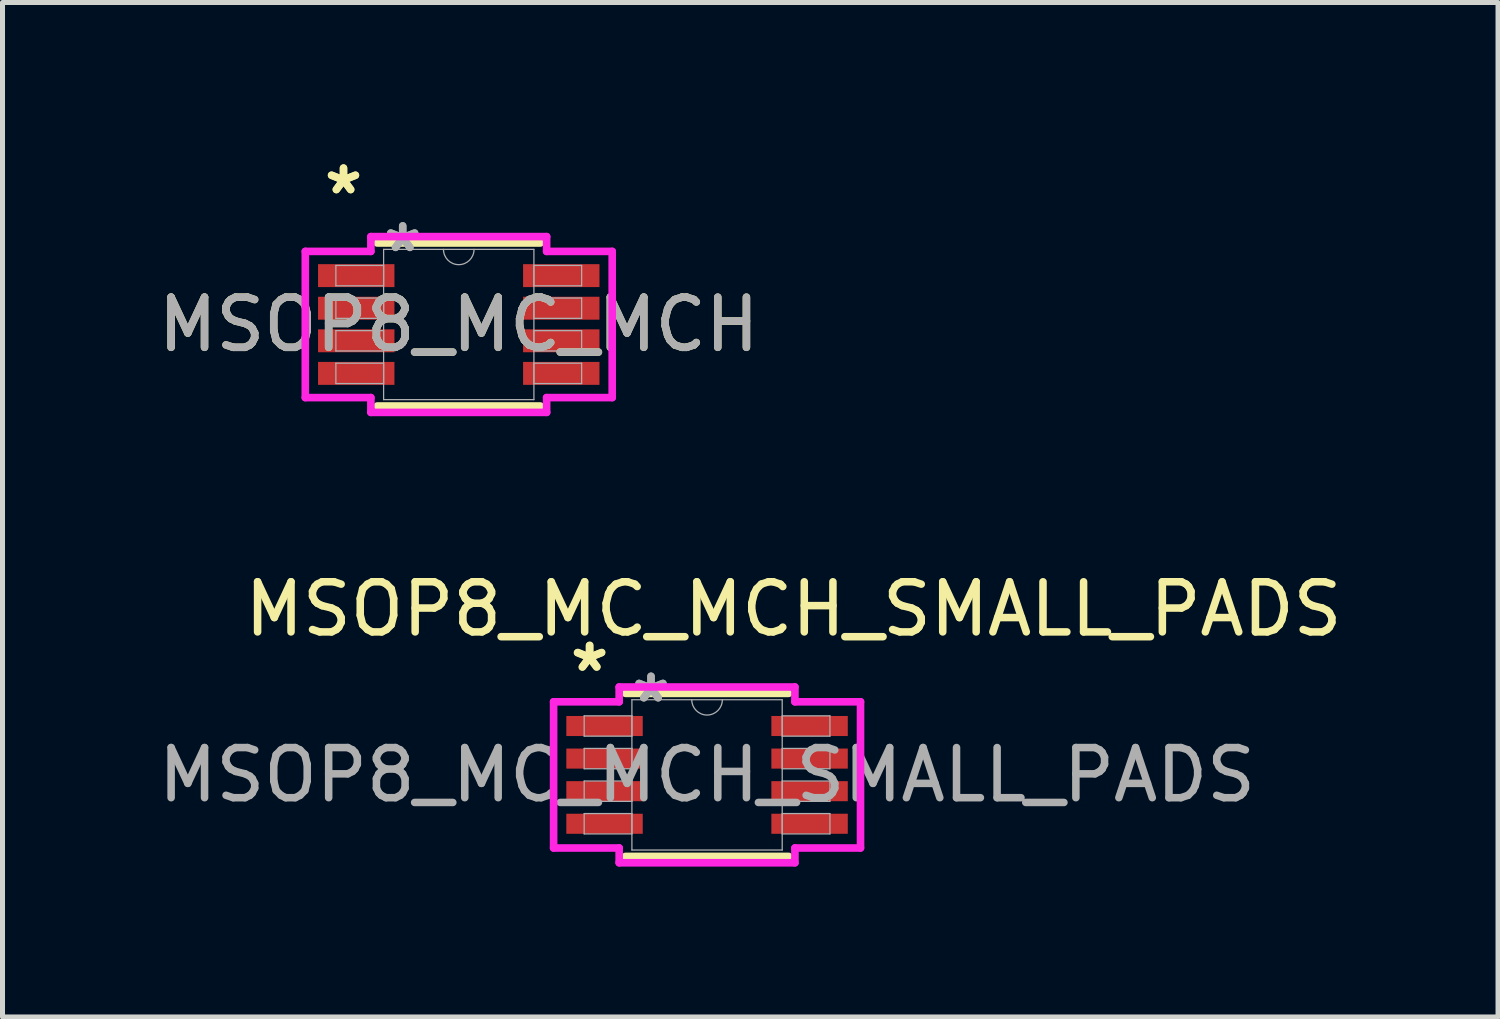
<source format=kicad_pcb>
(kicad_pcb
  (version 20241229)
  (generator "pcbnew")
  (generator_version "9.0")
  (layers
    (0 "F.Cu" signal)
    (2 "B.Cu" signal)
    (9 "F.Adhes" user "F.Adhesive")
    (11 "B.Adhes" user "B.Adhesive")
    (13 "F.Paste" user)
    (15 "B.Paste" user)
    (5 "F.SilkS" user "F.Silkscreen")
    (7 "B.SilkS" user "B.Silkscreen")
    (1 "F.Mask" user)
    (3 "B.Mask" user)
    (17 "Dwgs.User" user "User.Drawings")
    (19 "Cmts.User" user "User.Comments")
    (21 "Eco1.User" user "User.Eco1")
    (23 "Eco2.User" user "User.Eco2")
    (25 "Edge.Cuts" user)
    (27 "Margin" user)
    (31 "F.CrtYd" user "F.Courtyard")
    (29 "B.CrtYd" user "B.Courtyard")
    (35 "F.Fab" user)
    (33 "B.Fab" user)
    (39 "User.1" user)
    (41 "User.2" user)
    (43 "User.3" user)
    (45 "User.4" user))
  (footprint "MSOP8_MC_MCH"
    (layer "F.Cu")
    (at 6.101 3.423)
    (property "Reference" "MSOP8_MC_MCH" (at 0 0 0) (unlocked yes) (layer "F.SilkS") (effects (font (size 1 1) (thickness 0.15))))
    (attr smd)
    (fp_line (start -1.626 1.626) (end 1.626 1.626) (stroke (width 0.152) (type solid)) (layer "F.SilkS"))
    (fp_line (start 1.626 -1.626) (end -1.626 -1.626) (stroke (width 0.152) (type solid)) (layer "F.SilkS"))
    (fp_line (start -3.061 -1.458) (end -1.753 -1.458) (stroke (width 0.152) (type solid)) (layer "F.CrtYd"))
    (fp_line (start -3.061 1.458) (end -3.061 -1.458) (stroke (width 0.152) (type solid)) (layer "F.CrtYd"))
    (fp_line (start -3.061 1.458) (end -1.753 1.458) (stroke (width 0.152) (type solid)) (layer "F.CrtYd"))
    (fp_line (start -1.753 -1.753) (end 1.753 -1.753) (stroke (width 0.152) (type solid)) (layer "F.CrtYd"))
    (fp_line (start -1.753 -1.458) (end -1.753 -1.753) (stroke (width 0.152) (type solid)) (layer "F.CrtYd"))
    (fp_line (start -1.753 1.753) (end -1.753 1.458) (stroke (width 0.152) (type solid)) (layer "F.CrtYd"))
    (fp_line (start 1.753 -1.753) (end 1.753 -1.458) (stroke (width 0.152) (type solid)) (layer "F.CrtYd"))
    (fp_line (start 1.753 1.458) (end 1.753 1.753) (stroke (width 0.152) (type solid)) (layer "F.CrtYd"))
    (fp_line (start 1.753 1.753) (end -1.753 1.753) (stroke (width 0.152) (type solid)) (layer "F.CrtYd"))
    (fp_line (start 3.061 -1.458) (end 1.753 -1.458) (stroke (width 0.152) (type solid)) (layer "F.CrtYd"))
    (fp_line (start 3.061 -1.458) (end 3.061 1.458) (stroke (width 0.152) (type solid)) (layer "F.CrtYd"))
    (fp_line (start 3.061 1.458) (end 1.753 1.458) (stroke (width 0.152) (type solid)) (layer "F.CrtYd"))
    (fp_line (start -2.451 -1.178) (end -2.451 -0.772) (stroke (width 0.025) (type solid)) (layer "F.Fab"))
    (fp_line (start -2.451 -0.772) (end -1.499 -0.772) (stroke (width 0.025) (type solid)) (layer "F.Fab"))
    (fp_line (start -2.451 -0.528) (end -2.451 -0.122) (stroke (width 0.025) (type solid)) (layer "F.Fab"))
    (fp_line (start -2.451 -0.122) (end -1.499 -0.122) (stroke (width 0.025) (type solid)) (layer "F.Fab"))
    (fp_line (start -2.451 0.122) (end -2.451 0.528) (stroke (width 0.025) (type solid)) (layer "F.Fab"))
    (fp_line (start -2.451 0.528) (end -1.499 0.528) (stroke (width 0.025) (type solid)) (layer "F.Fab"))
    (fp_line (start -2.451 0.772) (end -2.451 1.178) (stroke (width 0.025) (type solid)) (layer "F.Fab"))
    (fp_line (start -2.451 1.178) (end -1.499 1.178) (stroke (width 0.025) (type solid)) (layer "F.Fab"))
    (fp_line (start -1.499 -1.499) (end -1.499 1.499) (stroke (width 0.025) (type solid)) (layer "F.Fab"))
    (fp_line (start -1.499 -1.178) (end -2.451 -1.178) (stroke (width 0.025) (type solid)) (layer "F.Fab"))
    (fp_line (start -1.499 -0.772) (end -1.499 -1.178) (stroke (width 0.025) (type solid)) (layer "F.Fab"))
    (fp_line (start -1.499 -0.528) (end -2.451 -0.528) (stroke (width 0.025) (type solid)) (layer "F.Fab"))
    (fp_line (start -1.499 -0.122) (end -1.499 -0.528) (stroke (width 0.025) (type solid)) (layer "F.Fab"))
    (fp_line (start -1.499 0.122) (end -2.451 0.122) (stroke (width 0.025) (type solid)) (layer "F.Fab"))
    (fp_line (start -1.499 0.528) (end -1.499 0.122) (stroke (width 0.025) (type solid)) (layer "F.Fab"))
    (fp_line (start -1.499 0.772) (end -2.451 0.772) (stroke (width 0.025) (type solid)) (layer "F.Fab"))
    (fp_line (start -1.499 1.178) (end -1.499 0.772) (stroke (width 0.025) (type solid)) (layer "F.Fab"))
    (fp_line (start -1.499 1.499) (end 1.499 1.499) (stroke (width 0.025) (type solid)) (layer "F.Fab"))
    (fp_line (start 1.499 -1.499) (end -1.499 -1.499) (stroke (width 0.025) (type solid)) (layer "F.Fab"))
    (fp_line (start 1.499 -1.178) (end 1.499 -0.772) (stroke (width 0.025) (type solid)) (layer "F.Fab"))
    (fp_line (start 1.499 -0.772) (end 2.451 -0.772) (stroke (width 0.025) (type solid)) (layer "F.Fab"))
    (fp_line (start 1.499 -0.528) (end 1.499 -0.122) (stroke (width 0.025) (type solid)) (layer "F.Fab"))
    (fp_line (start 1.499 -0.122) (end 2.451 -0.122) (stroke (width 0.025) (type solid)) (layer "F.Fab"))
    (fp_line (start 1.499 0.122) (end 1.499 0.528) (stroke (width 0.025) (type solid)) (layer "F.Fab"))
    (fp_line (start 1.499 0.528) (end 2.451 0.528) (stroke (width 0.025) (type solid)) (layer "F.Fab"))
    (fp_line (start 1.499 0.772) (end 1.499 1.178) (stroke (width 0.025) (type solid)) (layer "F.Fab"))
    (fp_line (start 1.499 1.178) (end 2.451 1.178) (stroke (width 0.025) (type solid)) (layer "F.Fab"))
    (fp_line (start 1.499 1.499) (end 1.499 -1.499) (stroke (width 0.025) (type solid)) (layer "F.Fab"))
    (fp_line (start 2.451 -1.178) (end 1.499 -1.178) (stroke (width 0.025) (type solid)) (layer "F.Fab"))
    (fp_line (start 2.451 -0.772) (end 2.451 -1.178) (stroke (width 0.025) (type solid)) (layer "F.Fab"))
    (fp_line (start 2.451 -0.528) (end 1.499 -0.528) (stroke (width 0.025) (type solid)) (layer "F.Fab"))
    (fp_line (start 2.451 -0.122) (end 2.451 -0.528) (stroke (width 0.025) (type solid)) (layer "F.Fab"))
    (fp_line (start 2.451 0.122) (end 1.499 0.122) (stroke (width 0.025) (type solid)) (layer "F.Fab"))
    (fp_line (start 2.451 0.528) (end 2.451 0.122) (stroke (width 0.025) (type solid)) (layer "F.Fab"))
    (fp_line (start 2.451 0.772) (end 1.499 0.772) (stroke (width 0.025) (type solid)) (layer "F.Fab"))
    (fp_line (start 2.451 1.178) (end 2.451 0.772) (stroke (width 0.025) (type solid)) (layer "F.Fab"))
    (fp_arc (start 0.3048 -1.4986) (mid 0 -1.1938) (end -0.3048 -1.4986) (stroke (width 0.0254) (type solid)) (layer "F.Fab"))
    (fp_text user "*" (at -2.299 -2.575 0) (layer "F.SilkS") (effects (font (size 1 1) (thickness 0.15))))
    (fp_text user "*" (at -2.299 -2.575 0) (unlocked yes) (layer "F.SilkS") (effects (font (size 1 1) (thickness 0.15))))
    (fp_text user "${REFERENCE}" (at 0 0 0) (unlocked yes) (layer "F.Fab") (effects (font (size 1 1) (thickness 0.15))))
    (fp_text user "*" (at -1.118 -1.422 0) (layer "F.Fab") (effects (font (size 1 1) (thickness 0.15))))
    (fp_text user "*" (at -1.118 -1.422 0) (unlocked yes) (layer "F.Fab") (effects (font (size 1 1) (thickness 0.15))))
    (pad "1" smd rect (at -2.045 -0.975) (size 1.524 0.457) (layers "F.Cu" "F.Mask" "F.Paste"))
    (pad "2" smd rect (at -2.045 -0.325) (size 1.524 0.457) (layers "F.Cu" "F.Mask" "F.Paste"))
    (pad "3" smd rect (at -2.045 0.325) (size 1.524 0.457) (layers "F.Cu" "F.Mask" "F.Paste"))
    (pad "4" smd rect (at -2.045 0.975) (size 1.524 0.457) (layers "F.Cu" "F.Mask" "F.Paste"))
    (pad "5" smd rect (at 2.045 0.975) (size 1.524 0.457) (layers "F.Cu" "F.Mask" "F.Paste"))
    (pad "6" smd rect (at 2.045 0.325) (size 1.524 0.457) (layers "F.Cu" "F.Mask" "F.Paste"))
    (pad "7" smd rect (at 2.045 -0.325) (size 1.524 0.457) (layers "F.Cu" "F.Mask" "F.Paste"))
    (pad "8" smd rect (at 2.045 -0.975) (size 1.524 0.457) (layers "F.Cu" "F.Mask" "F.Paste")))
  (footprint "MSOP8_MC_MCH_SMALL_PADS"
    (layer "F.Cu")
    (at 11.054 12.407)
    (property "Reference" "MSOP8_MC_MCH_SMALL_PADS" (at 1.725 -3.307 0) (unlocked yes) (layer "F.SilkS") (effects (font (size 1 1) (thickness 0.15))))
    (attr smd)
    (fp_line (start -1.626 1.626) (end 1.626 1.626) (stroke (width 0.152) (type solid)) (layer "F.SilkS"))
    (fp_line (start 1.626 -1.626) (end -1.626 -1.626) (stroke (width 0.152) (type solid)) (layer "F.SilkS"))
    (fp_line (start -3.061 -1.458) (end -1.753 -1.458) (stroke (width 0.152) (type solid)) (layer "F.CrtYd"))
    (fp_line (start -3.061 1.458) (end -3.061 -1.458) (stroke (width 0.152) (type solid)) (layer "F.CrtYd"))
    (fp_line (start -3.061 1.458) (end -1.753 1.458) (stroke (width 0.152) (type solid)) (layer "F.CrtYd"))
    (fp_line (start -1.753 -1.753) (end 1.753 -1.753) (stroke (width 0.152) (type solid)) (layer "F.CrtYd"))
    (fp_line (start -1.753 -1.458) (end -1.753 -1.753) (stroke (width 0.152) (type solid)) (layer "F.CrtYd"))
    (fp_line (start -1.753 1.753) (end -1.753 1.458) (stroke (width 0.152) (type solid)) (layer "F.CrtYd"))
    (fp_line (start 1.753 -1.753) (end 1.753 -1.458) (stroke (width 0.152) (type solid)) (layer "F.CrtYd"))
    (fp_line (start 1.753 1.458) (end 1.753 1.753) (stroke (width 0.152) (type solid)) (layer "F.CrtYd"))
    (fp_line (start 1.753 1.753) (end -1.753 1.753) (stroke (width 0.152) (type solid)) (layer "F.CrtYd"))
    (fp_line (start 3.061 -1.458) (end 1.753 -1.458) (stroke (width 0.152) (type solid)) (layer "F.CrtYd"))
    (fp_line (start 3.061 -1.458) (end 3.061 1.458) (stroke (width 0.152) (type solid)) (layer "F.CrtYd"))
    (fp_line (start 3.061 1.458) (end 1.753 1.458) (stroke (width 0.152) (type solid)) (layer "F.CrtYd"))
    (fp_line (start -2.451 -1.178) (end -2.451 -0.772) (stroke (width 0.025) (type solid)) (layer "F.Fab"))
    (fp_line (start -2.451 -0.772) (end -1.499 -0.772) (stroke (width 0.025) (type solid)) (layer "F.Fab"))
    (fp_line (start -2.451 -0.528) (end -2.451 -0.122) (stroke (width 0.025) (type solid)) (layer "F.Fab"))
    (fp_line (start -2.451 -0.122) (end -1.499 -0.122) (stroke (width 0.025) (type solid)) (layer "F.Fab"))
    (fp_line (start -2.451 0.122) (end -2.451 0.528) (stroke (width 0.025) (type solid)) (layer "F.Fab"))
    (fp_line (start -2.451 0.528) (end -1.499 0.528) (stroke (width 0.025) (type solid)) (layer "F.Fab"))
    (fp_line (start -2.451 0.772) (end -2.451 1.178) (stroke (width 0.025) (type solid)) (layer "F.Fab"))
    (fp_line (start -2.451 1.178) (end -1.499 1.178) (stroke (width 0.025) (type solid)) (layer "F.Fab"))
    (fp_line (start -1.499 -1.499) (end -1.499 1.499) (stroke (width 0.025) (type solid)) (layer "F.Fab"))
    (fp_line (start -1.499 -1.178) (end -2.451 -1.178) (stroke (width 0.025) (type solid)) (layer "F.Fab"))
    (fp_line (start -1.499 -0.772) (end -1.499 -1.178) (stroke (width 0.025) (type solid)) (layer "F.Fab"))
    (fp_line (start -1.499 -0.528) (end -2.451 -0.528) (stroke (width 0.025) (type solid)) (layer "F.Fab"))
    (fp_line (start -1.499 -0.122) (end -1.499 -0.528) (stroke (width 0.025) (type solid)) (layer "F.Fab"))
    (fp_line (start -1.499 0.122) (end -2.451 0.122) (stroke (width 0.025) (type solid)) (layer "F.Fab"))
    (fp_line (start -1.499 0.528) (end -1.499 0.122) (stroke (width 0.025) (type solid)) (layer "F.Fab"))
    (fp_line (start -1.499 0.772) (end -2.451 0.772) (stroke (width 0.025) (type solid)) (layer "F.Fab"))
    (fp_line (start -1.499 1.178) (end -1.499 0.772) (stroke (width 0.025) (type solid)) (layer "F.Fab"))
    (fp_line (start -1.499 1.499) (end 1.499 1.499) (stroke (width 0.025) (type solid)) (layer "F.Fab"))
    (fp_line (start 1.499 -1.499) (end -1.499 -1.499) (stroke (width 0.025) (type solid)) (layer "F.Fab"))
    (fp_line (start 1.499 -1.178) (end 1.499 -0.772) (stroke (width 0.025) (type solid)) (layer "F.Fab"))
    (fp_line (start 1.499 -0.772) (end 2.451 -0.772) (stroke (width 0.025) (type solid)) (layer "F.Fab"))
    (fp_line (start 1.499 -0.528) (end 1.499 -0.122) (stroke (width 0.025) (type solid)) (layer "F.Fab"))
    (fp_line (start 1.499 -0.122) (end 2.451 -0.122) (stroke (width 0.025) (type solid)) (layer "F.Fab"))
    (fp_line (start 1.499 0.122) (end 1.499 0.528) (stroke (width 0.025) (type solid)) (layer "F.Fab"))
    (fp_line (start 1.499 0.528) (end 2.451 0.528) (stroke (width 0.025) (type solid)) (layer "F.Fab"))
    (fp_line (start 1.499 0.772) (end 1.499 1.178) (stroke (width 0.025) (type solid)) (layer "F.Fab"))
    (fp_line (start 1.499 1.178) (end 2.451 1.178) (stroke (width 0.025) (type solid)) (layer "F.Fab"))
    (fp_line (start 1.499 1.499) (end 1.499 -1.499) (stroke (width 0.025) (type solid)) (layer "F.Fab"))
    (fp_line (start 2.451 -1.178) (end 1.499 -1.178) (stroke (width 0.025) (type solid)) (layer "F.Fab"))
    (fp_line (start 2.451 -0.772) (end 2.451 -1.178) (stroke (width 0.025) (type solid)) (layer "F.Fab"))
    (fp_line (start 2.451 -0.528) (end 1.499 -0.528) (stroke (width 0.025) (type solid)) (layer "F.Fab"))
    (fp_line (start 2.451 -0.122) (end 2.451 -0.528) (stroke (width 0.025) (type solid)) (layer "F.Fab"))
    (fp_line (start 2.451 0.122) (end 1.499 0.122) (stroke (width 0.025) (type solid)) (layer "F.Fab"))
    (fp_line (start 2.451 0.528) (end 2.451 0.122) (stroke (width 0.025) (type solid)) (layer "F.Fab"))
    (fp_line (start 2.451 0.772) (end 1.499 0.772) (stroke (width 0.025) (type solid)) (layer "F.Fab"))
    (fp_line (start 2.451 1.178) (end 2.451 0.772) (stroke (width 0.025) (type solid)) (layer "F.Fab"))
    (fp_arc (start 0.3048 -1.4986) (mid 0 -1.1938) (end -0.3048 -1.4986) (stroke (width 0.0254) (type solid)) (layer "F.Fab"))
    (fp_text user "*" (at -2.347 -2.034 0) (unlocked yes) (layer "F.SilkS") (effects (font (size 1 1) (thickness 0.15))))
    (fp_text user "*" (at -2.339 -2.04 180) (layer "F.SilkS") (effects (font (size 1 1) (thickness 0.15))))
    (fp_text user "*" (at -1.118 -1.422 0) (unlocked yes) (layer "F.Fab") (effects (font (size 1 1) (thickness 0.15))))
    (fp_text user "${REFERENCE}" (at 0 0 0) (unlocked yes) (layer "F.Fab") (effects (font (size 1 1) (thickness 0.15))))
    (fp_text user "*" (at -1.118 -1.422 180) (layer "F.Fab") (effects (font (size 1 1) (thickness 0.15))))
    (pad "1" smd rect (at -2.045 -0.975) (size 1.524 0.4) (layers "F.Cu" "F.Mask" "F.Paste"))
    (pad "2" smd rect (at -2.045 -0.325) (size 1.524 0.4) (layers "F.Cu" "F.Mask" "F.Paste"))
    (pad "3" smd rect (at -2.045 0.325) (size 1.524 0.4) (layers "F.Cu" "F.Mask" "F.Paste"))
    (pad "4" smd rect (at -2.045 0.975) (size 1.524 0.4) (layers "F.Cu" "F.Mask" "F.Paste"))
    (pad "5" smd rect (at 2.045 0.975) (size 1.524 0.4) (layers "F.Cu" "F.Mask" "F.Paste"))
    (pad "6" smd rect (at 2.045 0.325) (size 1.524 0.4) (layers "F.Cu" "F.Mask" "F.Paste"))
    (pad "7" smd rect (at 2.045 -0.325) (size 1.524 0.4) (layers "F.Cu" "F.Mask" "F.Paste"))
    (pad "8" smd rect (at 2.045 -0.975) (size 1.524 0.4) (layers "F.Cu" "F.Mask" "F.Paste")))
  (gr_rect
    (start -3 -3)
    (end 26.832 17.236)
    (stroke (width 0.1) (type default))
    (fill no)
    (layer "Edge.Cuts")))
</source>
